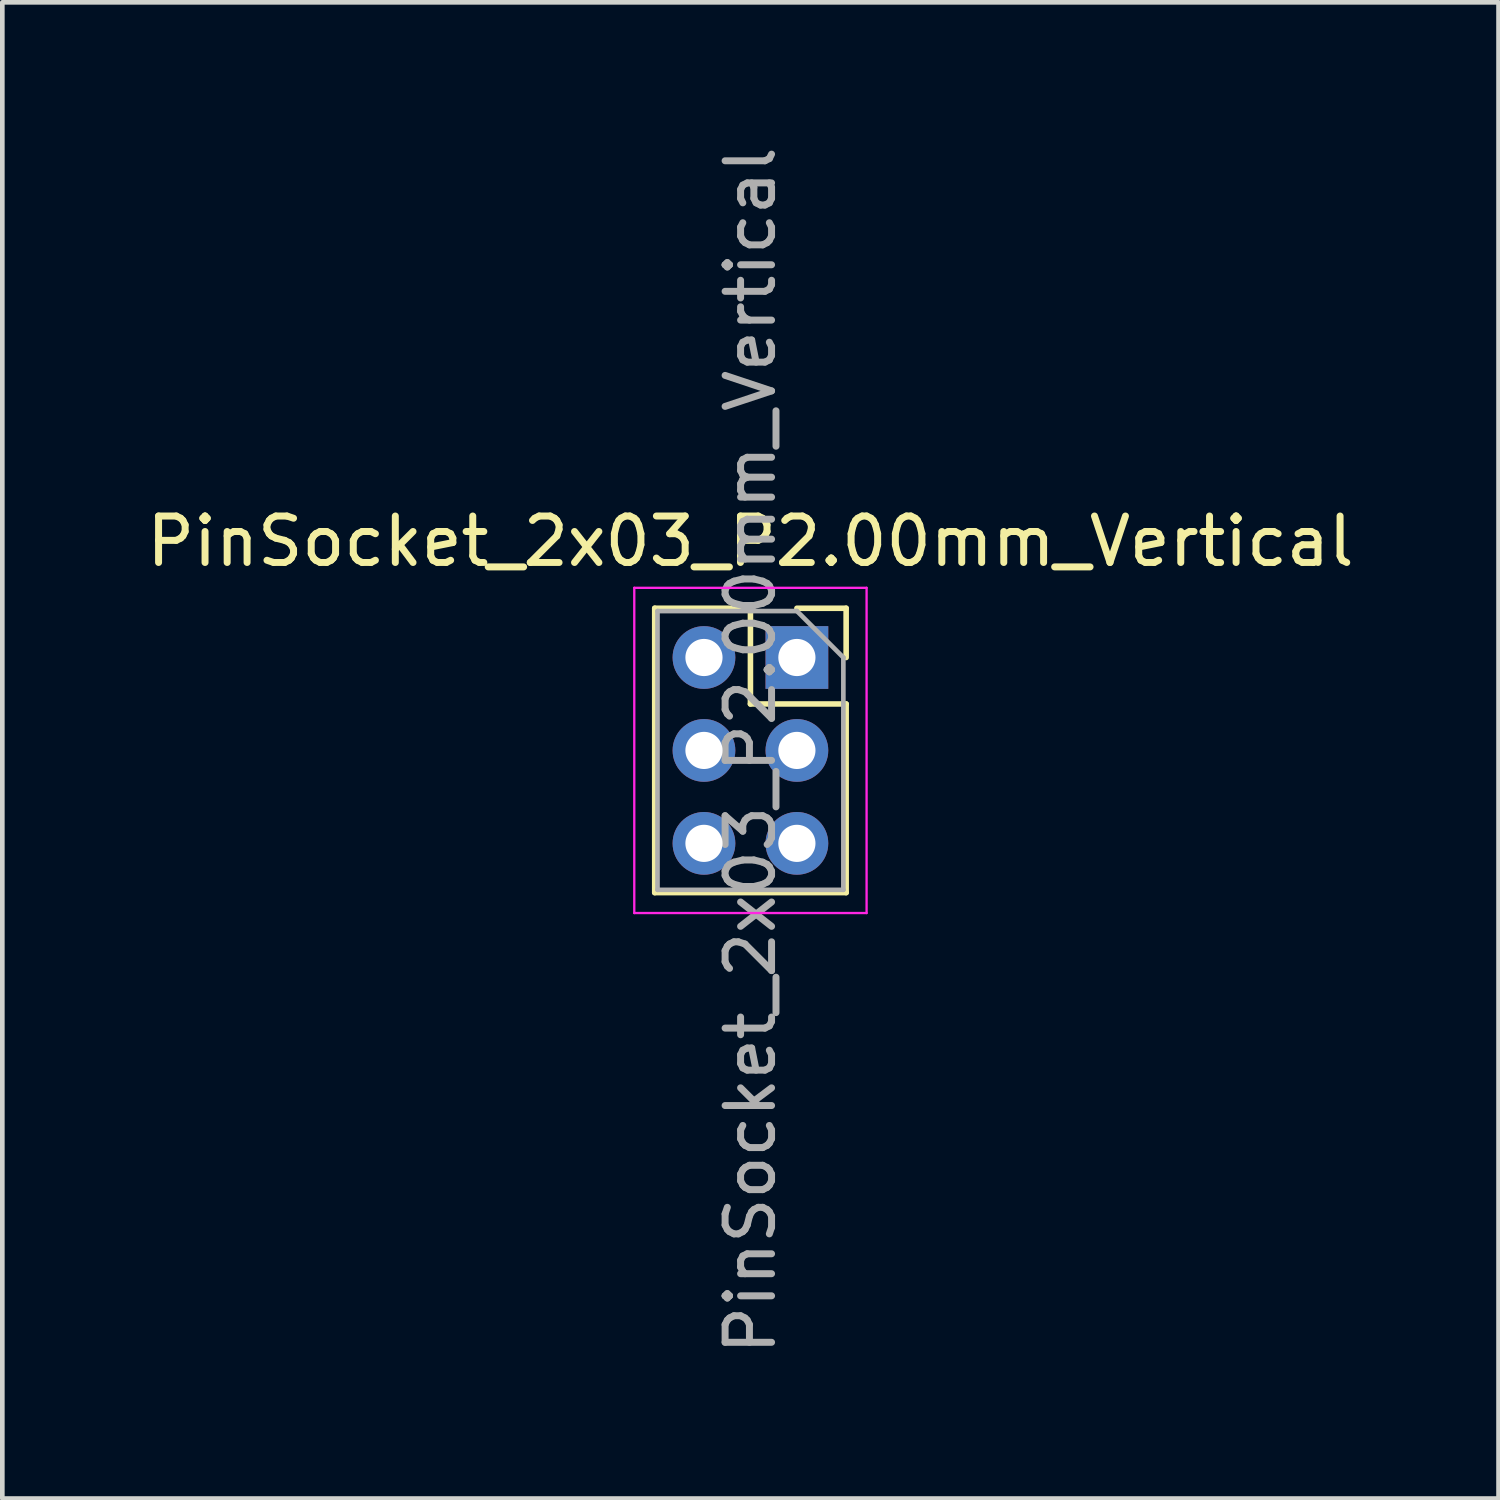
<source format=kicad_pcb>
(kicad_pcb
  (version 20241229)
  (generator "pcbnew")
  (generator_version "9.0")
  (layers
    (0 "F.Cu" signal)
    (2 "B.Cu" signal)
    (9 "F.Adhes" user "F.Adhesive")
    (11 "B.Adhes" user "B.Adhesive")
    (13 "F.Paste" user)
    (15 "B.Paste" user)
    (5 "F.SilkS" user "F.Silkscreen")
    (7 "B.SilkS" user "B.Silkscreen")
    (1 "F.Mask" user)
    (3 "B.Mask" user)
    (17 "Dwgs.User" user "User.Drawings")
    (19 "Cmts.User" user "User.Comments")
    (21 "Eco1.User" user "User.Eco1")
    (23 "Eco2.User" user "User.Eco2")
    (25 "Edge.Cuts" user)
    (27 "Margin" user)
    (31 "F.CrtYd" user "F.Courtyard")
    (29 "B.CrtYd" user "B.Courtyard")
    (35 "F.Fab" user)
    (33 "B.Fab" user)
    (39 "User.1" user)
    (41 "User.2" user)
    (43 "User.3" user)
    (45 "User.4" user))
  (footprint "PinSocket_2x03_P2.00mm_Vertical"
    (layer "F.Cu")
    (at 14.101 11.101)
    (property "Reference" "PinSocket_2x03_P2.00mm_Vertical" (at -1 -2.5 0) (layer "F.SilkS") (effects (font (size 1 1) (thickness 0.15))))
    (attr through_hole)
    (fp_line (start -3.06 -1.06) (end -3.06 5.06) (stroke (width 0.12) (type solid)) (layer "F.SilkS"))
    (fp_line (start -3.06 -1.06) (end -1 -1.06) (stroke (width 0.12) (type solid)) (layer "F.SilkS"))
    (fp_line (start -3.06 5.06) (end 1.06 5.06) (stroke (width 0.12) (type solid)) (layer "F.SilkS"))
    (fp_line (start -1 -1.06) (end -1 1) (stroke (width 0.12) (type solid)) (layer "F.SilkS"))
    (fp_line (start -1 1) (end 1.06 1) (stroke (width 0.12) (type solid)) (layer "F.SilkS"))
    (fp_line (start 0 -1.06) (end 1.06 -1.06) (stroke (width 0.12) (type solid)) (layer "F.SilkS"))
    (fp_line (start 1.06 -1.06) (end 1.06 0) (stroke (width 0.12) (type solid)) (layer "F.SilkS"))
    (fp_line (start 1.06 1) (end 1.06 5.06) (stroke (width 0.12) (type solid)) (layer "F.SilkS"))
    (fp_line (start -3.5 -1.5) (end 1.5 -1.5) (stroke (width 0.05) (type solid)) (layer "F.CrtYd"))
    (fp_line (start -3.5 5.5) (end -3.5 -1.5) (stroke (width 0.05) (type solid)) (layer "F.CrtYd"))
    (fp_line (start 1.5 -1.5) (end 1.5 5.5) (stroke (width 0.05) (type solid)) (layer "F.CrtYd"))
    (fp_line (start 1.5 5.5) (end -3.5 5.5) (stroke (width 0.05) (type solid)) (layer "F.CrtYd"))
    (fp_line (start -3 -1) (end 0 -1) (stroke (width 0.1) (type solid)) (layer "F.Fab"))
    (fp_line (start -3 5) (end -3 -1) (stroke (width 0.1) (type solid)) (layer "F.Fab"))
    (fp_line (start 0 -1) (end 1 0) (stroke (width 0.1) (type solid)) (layer "F.Fab"))
    (fp_line (start 1 0) (end 1 5) (stroke (width 0.1) (type solid)) (layer "F.Fab"))
    (fp_line (start 1 5) (end -3 5) (stroke (width 0.1) (type solid)) (layer "F.Fab"))
    (fp_text user "${REFERENCE}" (at -1 2 90) (layer "F.Fab") (effects (font (size 1 1) (thickness 0.15))))
    (pad "1" thru_hole rect (at 0 0) (size 1.35 1.35) (drill 0.8) (layers "*.Cu" "*.Mask"))
    (pad "2" thru_hole oval (at -2 0) (size 1.35 1.35) (drill 0.8) (layers "*.Cu" "*.Mask"))
    (pad "3" thru_hole oval (at 0 2) (size 1.35 1.35) (drill 0.8) (layers "*.Cu" "*.Mask"))
    (pad "4" thru_hole oval (at -2 2) (size 1.35 1.35) (drill 0.8) (layers "*.Cu" "*.Mask"))
    (pad "5" thru_hole oval (at 0 4) (size 1.35 1.35) (drill 0.8) (layers "*.Cu" "*.Mask"))
    (pad "6" thru_hole oval (at -2 4) (size 1.35 1.35) (drill 0.8) (layers "*.Cu" "*.Mask")))
  (gr_rect
    (start -3 -3)
    (end 29.202 29.202)
    (stroke (width 0.1) (type default))
    (fill no)
    (layer "Edge.Cuts")))
</source>
